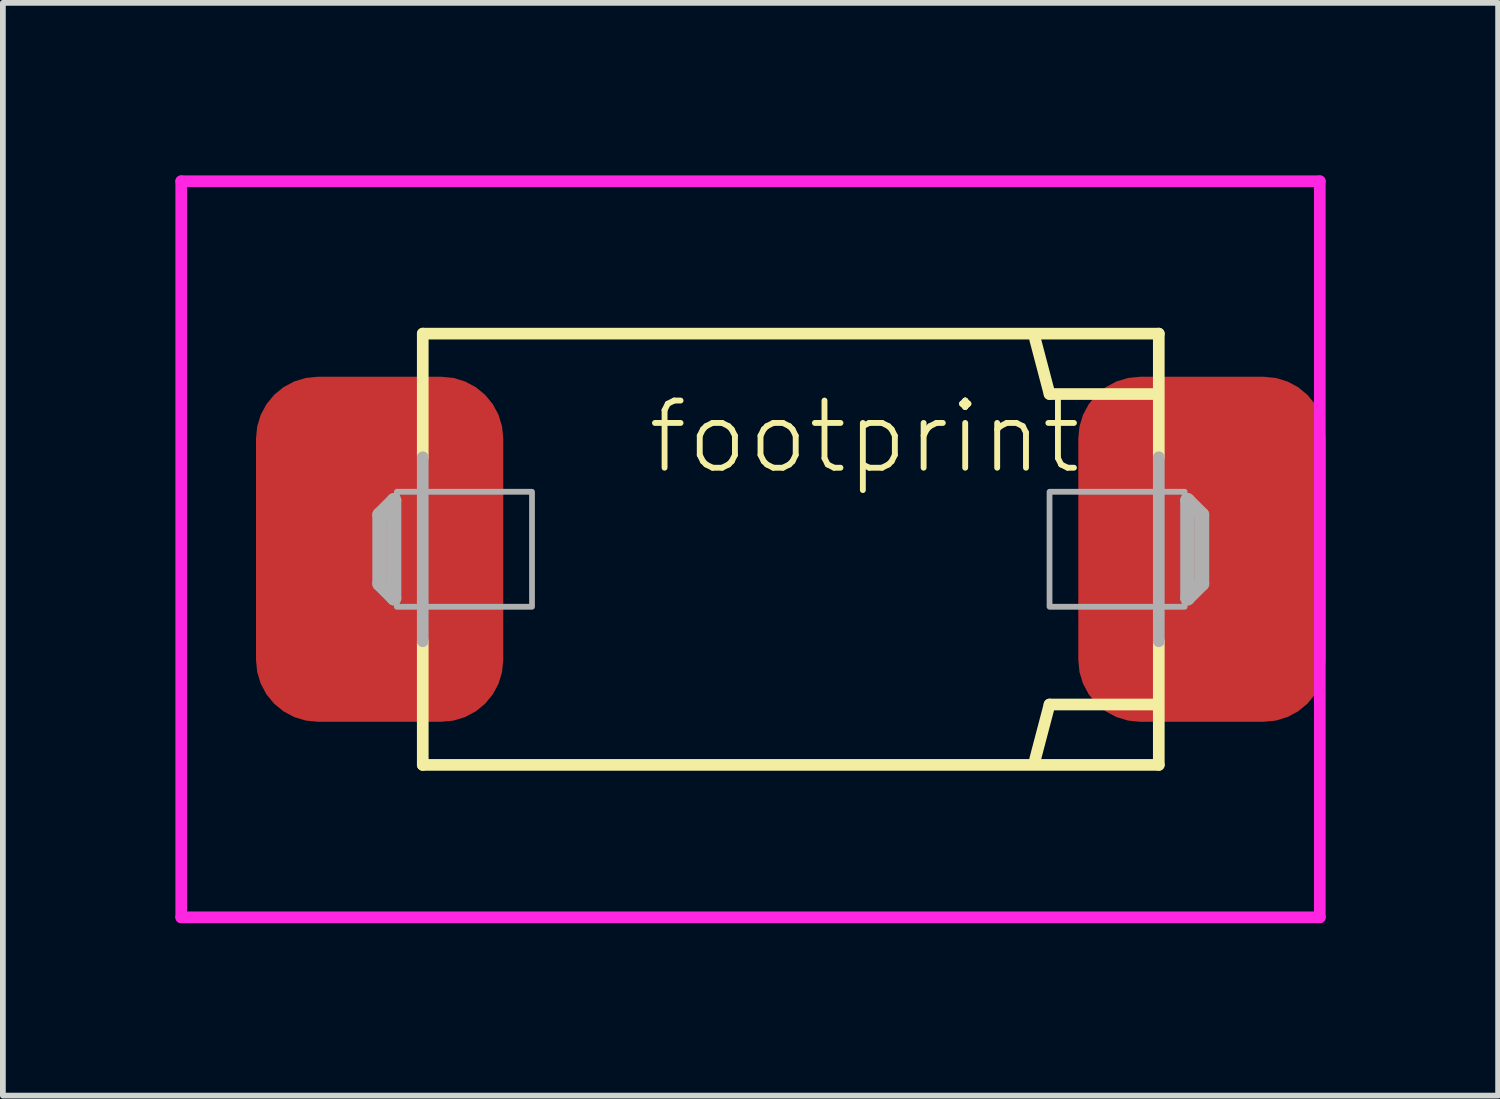
<source format=kicad_pcb>
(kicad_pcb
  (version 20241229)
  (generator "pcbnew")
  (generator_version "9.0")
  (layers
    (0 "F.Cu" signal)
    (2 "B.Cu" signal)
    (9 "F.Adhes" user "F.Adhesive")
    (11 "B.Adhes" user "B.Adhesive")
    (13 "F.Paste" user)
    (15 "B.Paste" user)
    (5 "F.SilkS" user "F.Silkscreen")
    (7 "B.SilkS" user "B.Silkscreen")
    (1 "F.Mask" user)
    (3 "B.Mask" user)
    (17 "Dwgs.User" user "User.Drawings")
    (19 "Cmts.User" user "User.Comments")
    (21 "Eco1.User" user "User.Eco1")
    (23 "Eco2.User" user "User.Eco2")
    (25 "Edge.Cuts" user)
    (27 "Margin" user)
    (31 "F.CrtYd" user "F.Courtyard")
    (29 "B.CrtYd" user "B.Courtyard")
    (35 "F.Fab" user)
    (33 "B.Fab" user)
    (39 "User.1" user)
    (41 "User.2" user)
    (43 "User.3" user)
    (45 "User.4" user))
  (footprint "footprint"
    (layer "F.Cu")
    (at 10.702 6.502)
    (property "Reference" "footprint" (at -2.54 -1.27 0) (layer "F.SilkS") (effects (font (size 1.168 1.168) (thickness 0.102)) (justify left bottom)))
    (fp_line (start -6.4 -3.75) (end 6.4 -3.75) (stroke (width 0.203) (type solid)) (layer "F.SilkS"))
    (fp_line (start -6.4 -1.6) (end -6.4 -3.75) (stroke (width 0.203) (type solid)) (layer "F.SilkS"))
    (fp_line (start -6.4 3.75) (end -6.4 1.6) (stroke (width 0.203) (type solid)) (layer "F.SilkS"))
    (fp_line (start 4.5 -2.7) (end 4.25 -3.65) (stroke (width 0.203) (type solid)) (layer "F.SilkS"))
    (fp_line (start 4.5 2.7) (end 4.25 3.65) (stroke (width 0.203) (type solid)) (layer "F.SilkS"))
    (fp_line (start 6.35 -2.7) (end 4.5 -2.7) (stroke (width 0.203) (type solid)) (layer "F.SilkS"))
    (fp_line (start 6.35 2.7) (end 4.5 2.7) (stroke (width 0.203) (type solid)) (layer "F.SilkS"))
    (fp_line (start 6.4 -3.75) (end 6.4 -1.6) (stroke (width 0.203) (type solid)) (layer "F.SilkS"))
    (fp_line (start 6.4 1.6) (end 6.4 3.75) (stroke (width 0.203) (type solid)) (layer "F.SilkS"))
    (fp_line (start 6.4 3.75) (end -6.4 3.75) (stroke (width 0.203) (type solid)) (layer "F.SilkS"))
    (fp_line (start -10.6 -6.4) (end -10.6 6.4) (stroke (width 0.203) (type solid)) (layer "F.CrtYd"))
    (fp_line (start -10.6 6.4) (end 9.2 6.4) (stroke (width 0.203) (type solid)) (layer "F.CrtYd"))
    (fp_line (start 9.2 -6.4) (end -10.6 -6.4) (stroke (width 0.203) (type solid)) (layer "F.CrtYd"))
    (fp_line (start 9.2 6.4) (end 9.2 -6.4) (stroke (width 0.203) (type solid)) (layer "F.CrtYd"))
    (fp_line (start -7.15 -0.6) (end -6.9 -0.85) (stroke (width 0.254) (type solid)) (layer "F.Fab"))
    (fp_line (start -7.15 0.6) (end -7.15 -0.6) (stroke (width 0.254) (type solid)) (layer "F.Fab"))
    (fp_line (start -6.9 -0.85) (end -6.9 0.85) (stroke (width 0.254) (type solid)) (layer "F.Fab"))
    (fp_line (start -6.9 0.85) (end -7.15 0.6) (stroke (width 0.254) (type solid)) (layer "F.Fab"))
    (fp_line (start -6.4 1.6) (end -6.4 -1.6) (stroke (width 0.203) (type solid)) (layer "F.Fab"))
    (fp_line (start 6.4 -1.6) (end 6.4 1.6) (stroke (width 0.203) (type solid)) (layer "F.Fab"))
    (fp_line (start 6.9 -0.85) (end 7.15 -0.6) (stroke (width 0.254) (type solid)) (layer "F.Fab"))
    (fp_line (start 6.9 0.85) (end 6.9 -0.85) (stroke (width 0.254) (type solid)) (layer "F.Fab"))
    (fp_line (start 7.15 -0.6) (end 7.15 0.6) (stroke (width 0.254) (type solid)) (layer "F.Fab"))
    (fp_line (start 7.15 0.6) (end 6.9 0.85) (stroke (width 0.254) (type solid)) (layer "F.Fab"))
    (fp_poly (pts (xy -6.85 1) (xy -4.5 1) (xy -4.5 -1) (xy -6.85 -1)) (stroke (width 0.1) (type solid)) (fill no) (layer "F.Fab"))
    (fp_poly (pts (xy 4.5 1) (xy 6.85 1) (xy 6.85 -1) (xy 4.5 -1)) (stroke (width 0.1) (type solid)) (fill no) (layer "F.Fab"))
    (pad "+" smd roundrect (at 7.15 0) (size 4.3 6) (layers "F.Cu" "F.Mask" "F.Paste") (roundrect_rratio 0.25))
    (pad "-" smd roundrect (at -7.15 0) (size 4.3 6) (layers "F.Cu" "F.Mask" "F.Paste") (roundrect_rratio 0.25)))
  (gr_rect
    (start -3 -3)
    (end 23.003 16.003)
    (stroke (width 0.1) (type default))
    (fill no)
    (layer "Edge.Cuts")))
</source>
